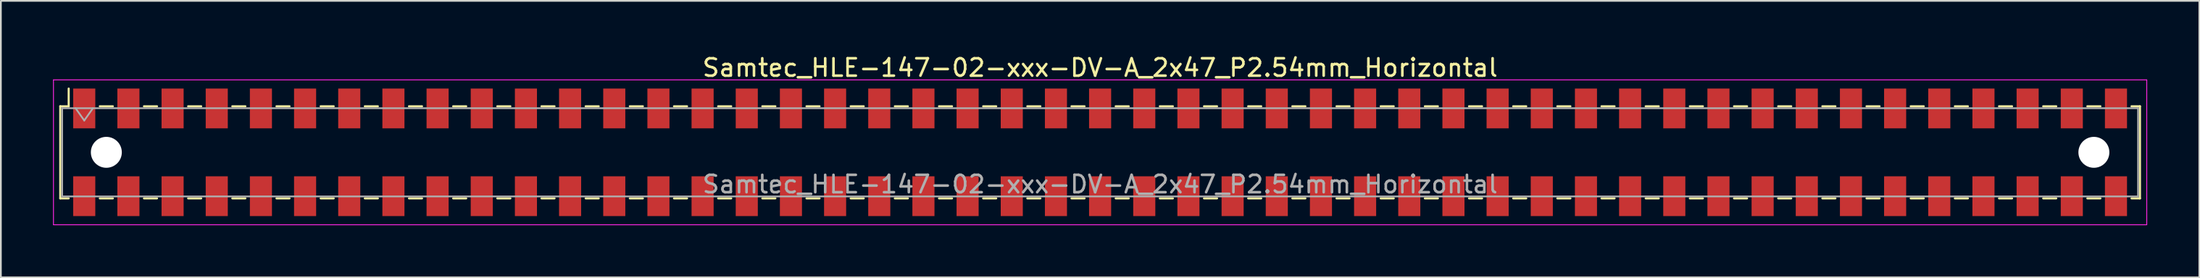
<source format=kicad_pcb>
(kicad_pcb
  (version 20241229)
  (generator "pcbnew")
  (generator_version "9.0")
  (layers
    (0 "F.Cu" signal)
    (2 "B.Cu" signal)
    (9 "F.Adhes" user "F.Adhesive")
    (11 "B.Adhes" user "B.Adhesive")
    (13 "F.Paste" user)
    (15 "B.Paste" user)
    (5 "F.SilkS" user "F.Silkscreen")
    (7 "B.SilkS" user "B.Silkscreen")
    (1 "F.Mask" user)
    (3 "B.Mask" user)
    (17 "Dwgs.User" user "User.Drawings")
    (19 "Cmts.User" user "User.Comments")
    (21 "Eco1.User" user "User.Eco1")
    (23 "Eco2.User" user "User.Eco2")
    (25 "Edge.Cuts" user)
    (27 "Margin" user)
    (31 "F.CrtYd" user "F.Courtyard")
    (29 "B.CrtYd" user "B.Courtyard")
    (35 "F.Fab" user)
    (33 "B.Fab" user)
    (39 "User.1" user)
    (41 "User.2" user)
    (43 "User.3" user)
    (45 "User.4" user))
  (footprint "Samtec_HLE-147-02-xxx-DV-A_2x47_P2.54mm_Horizontal"
    (layer "F.Cu")
    (at 60.215 5.718)
    (property "Reference" "Samtec_HLE-147-02-xxx-DV-A_2x47_P2.54mm_Horizontal" (at 0 -4.87 0) (layer "F.SilkS") (effects (font (size 1 1) (thickness 0.15))))
    (attr smd)
    (fp_line (start -59.8 -2.65) (end -59.8 2.65) (stroke (width 0.12) (type solid)) (layer "F.SilkS"))
    (fp_line (start -59.8 2.65) (end -59.315 2.65) (stroke (width 0.12) (type solid)) (layer "F.SilkS"))
    (fp_line (start -59.315 -3.67) (end -59.315 -2.65) (stroke (width 0.12) (type solid)) (layer "F.SilkS"))
    (fp_line (start -59.315 -2.65) (end -59.8 -2.65) (stroke (width 0.12) (type solid)) (layer "F.SilkS"))
    (fp_line (start -57.525 -2.65) (end -56.775 -2.65) (stroke (width 0.12) (type solid)) (layer "F.SilkS"))
    (fp_line (start -57.525 2.65) (end -56.775 2.65) (stroke (width 0.12) (type solid)) (layer "F.SilkS"))
    (fp_line (start -54.985 -2.65) (end -54.235 -2.65) (stroke (width 0.12) (type solid)) (layer "F.SilkS"))
    (fp_line (start -54.985 2.65) (end -54.235 2.65) (stroke (width 0.12) (type solid)) (layer "F.SilkS"))
    (fp_line (start -52.445 -2.65) (end -51.695 -2.65) (stroke (width 0.12) (type solid)) (layer "F.SilkS"))
    (fp_line (start -52.445 2.65) (end -51.695 2.65) (stroke (width 0.12) (type solid)) (layer "F.SilkS"))
    (fp_line (start -49.905 -2.65) (end -49.155 -2.65) (stroke (width 0.12) (type solid)) (layer "F.SilkS"))
    (fp_line (start -49.905 2.65) (end -49.155 2.65) (stroke (width 0.12) (type solid)) (layer "F.SilkS"))
    (fp_line (start -47.365 -2.65) (end -46.615 -2.65) (stroke (width 0.12) (type solid)) (layer "F.SilkS"))
    (fp_line (start -47.365 2.65) (end -46.615 2.65) (stroke (width 0.12) (type solid)) (layer "F.SilkS"))
    (fp_line (start -44.825 -2.65) (end -44.075 -2.65) (stroke (width 0.12) (type solid)) (layer "F.SilkS"))
    (fp_line (start -44.825 2.65) (end -44.075 2.65) (stroke (width 0.12) (type solid)) (layer "F.SilkS"))
    (fp_line (start -42.285 -2.65) (end -41.535 -2.65) (stroke (width 0.12) (type solid)) (layer "F.SilkS"))
    (fp_line (start -42.285 2.65) (end -41.535 2.65) (stroke (width 0.12) (type solid)) (layer "F.SilkS"))
    (fp_line (start -39.745 -2.65) (end -38.995 -2.65) (stroke (width 0.12) (type solid)) (layer "F.SilkS"))
    (fp_line (start -39.745 2.65) (end -38.995 2.65) (stroke (width 0.12) (type solid)) (layer "F.SilkS"))
    (fp_line (start -37.205 -2.65) (end -36.455 -2.65) (stroke (width 0.12) (type solid)) (layer "F.SilkS"))
    (fp_line (start -37.205 2.65) (end -36.455 2.65) (stroke (width 0.12) (type solid)) (layer "F.SilkS"))
    (fp_line (start -34.665 -2.65) (end -33.915 -2.65) (stroke (width 0.12) (type solid)) (layer "F.SilkS"))
    (fp_line (start -34.665 2.65) (end -33.915 2.65) (stroke (width 0.12) (type solid)) (layer "F.SilkS"))
    (fp_line (start -32.125 -2.65) (end -31.375 -2.65) (stroke (width 0.12) (type solid)) (layer "F.SilkS"))
    (fp_line (start -32.125 2.65) (end -31.375 2.65) (stroke (width 0.12) (type solid)) (layer "F.SilkS"))
    (fp_line (start -29.585 -2.65) (end -28.835 -2.65) (stroke (width 0.12) (type solid)) (layer "F.SilkS"))
    (fp_line (start -29.585 2.65) (end -28.835 2.65) (stroke (width 0.12) (type solid)) (layer "F.SilkS"))
    (fp_line (start -27.045 -2.65) (end -26.295 -2.65) (stroke (width 0.12) (type solid)) (layer "F.SilkS"))
    (fp_line (start -27.045 2.65) (end -26.295 2.65) (stroke (width 0.12) (type solid)) (layer "F.SilkS"))
    (fp_line (start -24.505 -2.65) (end -23.755 -2.65) (stroke (width 0.12) (type solid)) (layer "F.SilkS"))
    (fp_line (start -24.505 2.65) (end -23.755 2.65) (stroke (width 0.12) (type solid)) (layer "F.SilkS"))
    (fp_line (start -21.965 -2.65) (end -21.215 -2.65) (stroke (width 0.12) (type solid)) (layer "F.SilkS"))
    (fp_line (start -21.965 2.65) (end -21.215 2.65) (stroke (width 0.12) (type solid)) (layer "F.SilkS"))
    (fp_line (start -19.425 -2.65) (end -18.675 -2.65) (stroke (width 0.12) (type solid)) (layer "F.SilkS"))
    (fp_line (start -19.425 2.65) (end -18.675 2.65) (stroke (width 0.12) (type solid)) (layer "F.SilkS"))
    (fp_line (start -16.885 -2.65) (end -16.135 -2.65) (stroke (width 0.12) (type solid)) (layer "F.SilkS"))
    (fp_line (start -16.885 2.65) (end -16.135 2.65) (stroke (width 0.12) (type solid)) (layer "F.SilkS"))
    (fp_line (start -14.345 -2.65) (end -13.595 -2.65) (stroke (width 0.12) (type solid)) (layer "F.SilkS"))
    (fp_line (start -14.345 2.65) (end -13.595 2.65) (stroke (width 0.12) (type solid)) (layer "F.SilkS"))
    (fp_line (start -11.805 -2.65) (end -11.055 -2.65) (stroke (width 0.12) (type solid)) (layer "F.SilkS"))
    (fp_line (start -11.805 2.65) (end -11.055 2.65) (stroke (width 0.12) (type solid)) (layer "F.SilkS"))
    (fp_line (start -9.265 -2.65) (end -8.515 -2.65) (stroke (width 0.12) (type solid)) (layer "F.SilkS"))
    (fp_line (start -9.265 2.65) (end -8.515 2.65) (stroke (width 0.12) (type solid)) (layer "F.SilkS"))
    (fp_line (start -6.725 -2.65) (end -5.975 -2.65) (stroke (width 0.12) (type solid)) (layer "F.SilkS"))
    (fp_line (start -6.725 2.65) (end -5.975 2.65) (stroke (width 0.12) (type solid)) (layer "F.SilkS"))
    (fp_line (start -4.185 -2.65) (end -3.435 -2.65) (stroke (width 0.12) (type solid)) (layer "F.SilkS"))
    (fp_line (start -4.185 2.65) (end -3.435 2.65) (stroke (width 0.12) (type solid)) (layer "F.SilkS"))
    (fp_line (start -1.645 -2.65) (end -0.895 -2.65) (stroke (width 0.12) (type solid)) (layer "F.SilkS"))
    (fp_line (start -1.645 2.65) (end -0.895 2.65) (stroke (width 0.12) (type solid)) (layer "F.SilkS"))
    (fp_line (start 0.895 -2.65) (end 1.645 -2.65) (stroke (width 0.12) (type solid)) (layer "F.SilkS"))
    (fp_line (start 0.895 2.65) (end 1.645 2.65) (stroke (width 0.12) (type solid)) (layer "F.SilkS"))
    (fp_line (start 3.435 -2.65) (end 4.185 -2.65) (stroke (width 0.12) (type solid)) (layer "F.SilkS"))
    (fp_line (start 3.435 2.65) (end 4.185 2.65) (stroke (width 0.12) (type solid)) (layer "F.SilkS"))
    (fp_line (start 5.975 -2.65) (end 6.725 -2.65) (stroke (width 0.12) (type solid)) (layer "F.SilkS"))
    (fp_line (start 5.975 2.65) (end 6.725 2.65) (stroke (width 0.12) (type solid)) (layer "F.SilkS"))
    (fp_line (start 8.515 -2.65) (end 9.265 -2.65) (stroke (width 0.12) (type solid)) (layer "F.SilkS"))
    (fp_line (start 8.515 2.65) (end 9.265 2.65) (stroke (width 0.12) (type solid)) (layer "F.SilkS"))
    (fp_line (start 11.055 -2.65) (end 11.805 -2.65) (stroke (width 0.12) (type solid)) (layer "F.SilkS"))
    (fp_line (start 11.055 2.65) (end 11.805 2.65) (stroke (width 0.12) (type solid)) (layer "F.SilkS"))
    (fp_line (start 13.595 -2.65) (end 14.345 -2.65) (stroke (width 0.12) (type solid)) (layer "F.SilkS"))
    (fp_line (start 13.595 2.65) (end 14.345 2.65) (stroke (width 0.12) (type solid)) (layer "F.SilkS"))
    (fp_line (start 16.135 -2.65) (end 16.885 -2.65) (stroke (width 0.12) (type solid)) (layer "F.SilkS"))
    (fp_line (start 16.135 2.65) (end 16.885 2.65) (stroke (width 0.12) (type solid)) (layer "F.SilkS"))
    (fp_line (start 18.675 -2.65) (end 19.425 -2.65) (stroke (width 0.12) (type solid)) (layer "F.SilkS"))
    (fp_line (start 18.675 2.65) (end 19.425 2.65) (stroke (width 0.12) (type solid)) (layer "F.SilkS"))
    (fp_line (start 21.215 -2.65) (end 21.965 -2.65) (stroke (width 0.12) (type solid)) (layer "F.SilkS"))
    (fp_line (start 21.215 2.65) (end 21.965 2.65) (stroke (width 0.12) (type solid)) (layer "F.SilkS"))
    (fp_line (start 23.755 -2.65) (end 24.505 -2.65) (stroke (width 0.12) (type solid)) (layer "F.SilkS"))
    (fp_line (start 23.755 2.65) (end 24.505 2.65) (stroke (width 0.12) (type solid)) (layer "F.SilkS"))
    (fp_line (start 26.295 -2.65) (end 27.045 -2.65) (stroke (width 0.12) (type solid)) (layer "F.SilkS"))
    (fp_line (start 26.295 2.65) (end 27.045 2.65) (stroke (width 0.12) (type solid)) (layer "F.SilkS"))
    (fp_line (start 28.835 -2.65) (end 29.585 -2.65) (stroke (width 0.12) (type solid)) (layer "F.SilkS"))
    (fp_line (start 28.835 2.65) (end 29.585 2.65) (stroke (width 0.12) (type solid)) (layer "F.SilkS"))
    (fp_line (start 31.375 -2.65) (end 32.125 -2.65) (stroke (width 0.12) (type solid)) (layer "F.SilkS"))
    (fp_line (start 31.375 2.65) (end 32.125 2.65) (stroke (width 0.12) (type solid)) (layer "F.SilkS"))
    (fp_line (start 33.915 -2.65) (end 34.665 -2.65) (stroke (width 0.12) (type solid)) (layer "F.SilkS"))
    (fp_line (start 33.915 2.65) (end 34.665 2.65) (stroke (width 0.12) (type solid)) (layer "F.SilkS"))
    (fp_line (start 36.455 -2.65) (end 37.205 -2.65) (stroke (width 0.12) (type solid)) (layer "F.SilkS"))
    (fp_line (start 36.455 2.65) (end 37.205 2.65) (stroke (width 0.12) (type solid)) (layer "F.SilkS"))
    (fp_line (start 38.995 -2.65) (end 39.745 -2.65) (stroke (width 0.12) (type solid)) (layer "F.SilkS"))
    (fp_line (start 38.995 2.65) (end 39.745 2.65) (stroke (width 0.12) (type solid)) (layer "F.SilkS"))
    (fp_line (start 41.535 -2.65) (end 42.285 -2.65) (stroke (width 0.12) (type solid)) (layer "F.SilkS"))
    (fp_line (start 41.535 2.65) (end 42.285 2.65) (stroke (width 0.12) (type solid)) (layer "F.SilkS"))
    (fp_line (start 44.075 -2.65) (end 44.825 -2.65) (stroke (width 0.12) (type solid)) (layer "F.SilkS"))
    (fp_line (start 44.075 2.65) (end 44.825 2.65) (stroke (width 0.12) (type solid)) (layer "F.SilkS"))
    (fp_line (start 46.615 -2.65) (end 47.365 -2.65) (stroke (width 0.12) (type solid)) (layer "F.SilkS"))
    (fp_line (start 46.615 2.65) (end 47.365 2.65) (stroke (width 0.12) (type solid)) (layer "F.SilkS"))
    (fp_line (start 49.155 -2.65) (end 49.905 -2.65) (stroke (width 0.12) (type solid)) (layer "F.SilkS"))
    (fp_line (start 49.155 2.65) (end 49.905 2.65) (stroke (width 0.12) (type solid)) (layer "F.SilkS"))
    (fp_line (start 51.695 -2.65) (end 52.445 -2.65) (stroke (width 0.12) (type solid)) (layer "F.SilkS"))
    (fp_line (start 51.695 2.65) (end 52.445 2.65) (stroke (width 0.12) (type solid)) (layer "F.SilkS"))
    (fp_line (start 54.235 -2.65) (end 54.985 -2.65) (stroke (width 0.12) (type solid)) (layer "F.SilkS"))
    (fp_line (start 54.235 2.65) (end 54.985 2.65) (stroke (width 0.12) (type solid)) (layer "F.SilkS"))
    (fp_line (start 56.775 -2.65) (end 57.525 -2.65) (stroke (width 0.12) (type solid)) (layer "F.SilkS"))
    (fp_line (start 56.775 2.65) (end 57.525 2.65) (stroke (width 0.12) (type solid)) (layer "F.SilkS"))
    (fp_line (start 59.315 -2.65) (end 59.8 -2.65) (stroke (width 0.12) (type solid)) (layer "F.SilkS"))
    (fp_line (start 59.8 -2.65) (end 59.8 2.65) (stroke (width 0.12) (type solid)) (layer "F.SilkS"))
    (fp_line (start 59.8 2.65) (end 59.315 2.65) (stroke (width 0.12) (type solid)) (layer "F.SilkS"))
    (fp_line (start -60.19 -4.17) (end 60.19 -4.17) (stroke (width 0.05) (type solid)) (layer "F.CrtYd"))
    (fp_line (start -60.19 4.17) (end -60.19 -4.17) (stroke (width 0.05) (type solid)) (layer "F.CrtYd"))
    (fp_line (start 60.19 -4.17) (end 60.19 4.17) (stroke (width 0.05) (type solid)) (layer "F.CrtYd"))
    (fp_line (start 60.19 4.17) (end -60.19 4.17) (stroke (width 0.05) (type solid)) (layer "F.CrtYd"))
    (fp_line (start -59.69 -2.54) (end 59.69 -2.54) (stroke (width 0.1) (type solid)) (layer "F.Fab"))
    (fp_line (start -59.69 2.54) (end -59.69 -2.54) (stroke (width 0.1) (type solid)) (layer "F.Fab"))
    (fp_line (start -58.92 -2.54) (end -58.42 -1.833) (stroke (width 0.1) (type solid)) (layer "F.Fab"))
    (fp_line (start -58.42 -1.833) (end -57.92 -2.54) (stroke (width 0.1) (type solid)) (layer "F.Fab"))
    (fp_line (start 59.69 -2.54) (end 59.69 2.54) (stroke (width 0.1) (type solid)) (layer "F.Fab"))
    (fp_line (start 59.69 2.54) (end -59.69 2.54) (stroke (width 0.1) (type solid)) (layer "F.Fab"))
    (fp_text user "${REFERENCE}" (at 0 1.84 0) (layer "F.Fab") (effects (font (size 1 1) (thickness 0.15))))
    (pad "" np_thru_hole circle (at -57.15 0) (size 1.78 1.78) (drill 1.78) (layers "*.Cu" "*.Mask"))
    (pad "" np_thru_hole circle (at 57.15 0) (size 1.78 1.78) (drill 1.78) (layers "*.Cu" "*.Mask"))
    (pad "1" smd rect (at -58.42 -2.525) (size 1.27 2.29) (layers "F.Cu" "F.Mask" "F.Paste"))
    (pad "2" smd rect (at -58.42 2.525) (size 1.27 2.29) (layers "F.Cu" "F.Mask" "F.Paste"))
    (pad "3" smd rect (at -55.88 -2.525) (size 1.27 2.29) (layers "F.Cu" "F.Mask" "F.Paste"))
    (pad "4" smd rect (at -55.88 2.525) (size 1.27 2.29) (layers "F.Cu" "F.Mask" "F.Paste"))
    (pad "5" smd rect (at -53.34 -2.525) (size 1.27 2.29) (layers "F.Cu" "F.Mask" "F.Paste"))
    (pad "6" smd rect (at -53.34 2.525) (size 1.27 2.29) (layers "F.Cu" "F.Mask" "F.Paste"))
    (pad "7" smd rect (at -50.8 -2.525) (size 1.27 2.29) (layers "F.Cu" "F.Mask" "F.Paste"))
    (pad "8" smd rect (at -50.8 2.525) (size 1.27 2.29) (layers "F.Cu" "F.Mask" "F.Paste"))
    (pad "9" smd rect (at -48.26 -2.525) (size 1.27 2.29) (layers "F.Cu" "F.Mask" "F.Paste"))
    (pad "10" smd rect (at -48.26 2.525) (size 1.27 2.29) (layers "F.Cu" "F.Mask" "F.Paste"))
    (pad "11" smd rect (at -45.72 -2.525) (size 1.27 2.29) (layers "F.Cu" "F.Mask" "F.Paste"))
    (pad "12" smd rect (at -45.72 2.525) (size 1.27 2.29) (layers "F.Cu" "F.Mask" "F.Paste"))
    (pad "13" smd rect (at -43.18 -2.525) (size 1.27 2.29) (layers "F.Cu" "F.Mask" "F.Paste"))
    (pad "14" smd rect (at -43.18 2.525) (size 1.27 2.29) (layers "F.Cu" "F.Mask" "F.Paste"))
    (pad "15" smd rect (at -40.64 -2.525) (size 1.27 2.29) (layers "F.Cu" "F.Mask" "F.Paste"))
    (pad "16" smd rect (at -40.64 2.525) (size 1.27 2.29) (layers "F.Cu" "F.Mask" "F.Paste"))
    (pad "17" smd rect (at -38.1 -2.525) (size 1.27 2.29) (layers "F.Cu" "F.Mask" "F.Paste"))
    (pad "18" smd rect (at -38.1 2.525) (size 1.27 2.29) (layers "F.Cu" "F.Mask" "F.Paste"))
    (pad "19" smd rect (at -35.56 -2.525) (size 1.27 2.29) (layers "F.Cu" "F.Mask" "F.Paste"))
    (pad "20" smd rect (at -35.56 2.525) (size 1.27 2.29) (layers "F.Cu" "F.Mask" "F.Paste"))
    (pad "21" smd rect (at -33.02 -2.525) (size 1.27 2.29) (layers "F.Cu" "F.Mask" "F.Paste"))
    (pad "22" smd rect (at -33.02 2.525) (size 1.27 2.29) (layers "F.Cu" "F.Mask" "F.Paste"))
    (pad "23" smd rect (at -30.48 -2.525) (size 1.27 2.29) (layers "F.Cu" "F.Mask" "F.Paste"))
    (pad "24" smd rect (at -30.48 2.525) (size 1.27 2.29) (layers "F.Cu" "F.Mask" "F.Paste"))
    (pad "25" smd rect (at -27.94 -2.525) (size 1.27 2.29) (layers "F.Cu" "F.Mask" "F.Paste"))
    (pad "26" smd rect (at -27.94 2.525) (size 1.27 2.29) (layers "F.Cu" "F.Mask" "F.Paste"))
    (pad "27" smd rect (at -25.4 -2.525) (size 1.27 2.29) (layers "F.Cu" "F.Mask" "F.Paste"))
    (pad "28" smd rect (at -25.4 2.525) (size 1.27 2.29) (layers "F.Cu" "F.Mask" "F.Paste"))
    (pad "29" smd rect (at -22.86 -2.525) (size 1.27 2.29) (layers "F.Cu" "F.Mask" "F.Paste"))
    (pad "30" smd rect (at -22.86 2.525) (size 1.27 2.29) (layers "F.Cu" "F.Mask" "F.Paste"))
    (pad "31" smd rect (at -20.32 -2.525) (size 1.27 2.29) (layers "F.Cu" "F.Mask" "F.Paste"))
    (pad "32" smd rect (at -20.32 2.525) (size 1.27 2.29) (layers "F.Cu" "F.Mask" "F.Paste"))
    (pad "33" smd rect (at -17.78 -2.525) (size 1.27 2.29) (layers "F.Cu" "F.Mask" "F.Paste"))
    (pad "34" smd rect (at -17.78 2.525) (size 1.27 2.29) (layers "F.Cu" "F.Mask" "F.Paste"))
    (pad "35" smd rect (at -15.24 -2.525) (size 1.27 2.29) (layers "F.Cu" "F.Mask" "F.Paste"))
    (pad "36" smd rect (at -15.24 2.525) (size 1.27 2.29) (layers "F.Cu" "F.Mask" "F.Paste"))
    (pad "37" smd rect (at -12.7 -2.525) (size 1.27 2.29) (layers "F.Cu" "F.Mask" "F.Paste"))
    (pad "38" smd rect (at -12.7 2.525) (size 1.27 2.29) (layers "F.Cu" "F.Mask" "F.Paste"))
    (pad "39" smd rect (at -10.16 -2.525) (size 1.27 2.29) (layers "F.Cu" "F.Mask" "F.Paste"))
    (pad "40" smd rect (at -10.16 2.525) (size 1.27 2.29) (layers "F.Cu" "F.Mask" "F.Paste"))
    (pad "41" smd rect (at -7.62 -2.525) (size 1.27 2.29) (layers "F.Cu" "F.Mask" "F.Paste"))
    (pad "42" smd rect (at -7.62 2.525) (size 1.27 2.29) (layers "F.Cu" "F.Mask" "F.Paste"))
    (pad "43" smd rect (at -5.08 -2.525) (size 1.27 2.29) (layers "F.Cu" "F.Mask" "F.Paste"))
    (pad "44" smd rect (at -5.08 2.525) (size 1.27 2.29) (layers "F.Cu" "F.Mask" "F.Paste"))
    (pad "45" smd rect (at -2.54 -2.525) (size 1.27 2.29) (layers "F.Cu" "F.Mask" "F.Paste"))
    (pad "46" smd rect (at -2.54 2.525) (size 1.27 2.29) (layers "F.Cu" "F.Mask" "F.Paste"))
    (pad "47" smd rect (at 0 -2.525) (size 1.27 2.29) (layers "F.Cu" "F.Mask" "F.Paste"))
    (pad "48" smd rect (at 0 2.525) (size 1.27 2.29) (layers "F.Cu" "F.Mask" "F.Paste"))
    (pad "49" smd rect (at 2.54 -2.525) (size 1.27 2.29) (layers "F.Cu" "F.Mask" "F.Paste"))
    (pad "50" smd rect (at 2.54 2.525) (size 1.27 2.29) (layers "F.Cu" "F.Mask" "F.Paste"))
    (pad "51" smd rect (at 5.08 -2.525) (size 1.27 2.29) (layers "F.Cu" "F.Mask" "F.Paste"))
    (pad "52" smd rect (at 5.08 2.525) (size 1.27 2.29) (layers "F.Cu" "F.Mask" "F.Paste"))
    (pad "53" smd rect (at 7.62 -2.525) (size 1.27 2.29) (layers "F.Cu" "F.Mask" "F.Paste"))
    (pad "54" smd rect (at 7.62 2.525) (size 1.27 2.29) (layers "F.Cu" "F.Mask" "F.Paste"))
    (pad "55" smd rect (at 10.16 -2.525) (size 1.27 2.29) (layers "F.Cu" "F.Mask" "F.Paste"))
    (pad "56" smd rect (at 10.16 2.525) (size 1.27 2.29) (layers "F.Cu" "F.Mask" "F.Paste"))
    (pad "57" smd rect (at 12.7 -2.525) (size 1.27 2.29) (layers "F.Cu" "F.Mask" "F.Paste"))
    (pad "58" smd rect (at 12.7 2.525) (size 1.27 2.29) (layers "F.Cu" "F.Mask" "F.Paste"))
    (pad "59" smd rect (at 15.24 -2.525) (size 1.27 2.29) (layers "F.Cu" "F.Mask" "F.Paste"))
    (pad "60" smd rect (at 15.24 2.525) (size 1.27 2.29) (layers "F.Cu" "F.Mask" "F.Paste"))
    (pad "61" smd rect (at 17.78 -2.525) (size 1.27 2.29) (layers "F.Cu" "F.Mask" "F.Paste"))
    (pad "62" smd rect (at 17.78 2.525) (size 1.27 2.29) (layers "F.Cu" "F.Mask" "F.Paste"))
    (pad "63" smd rect (at 20.32 -2.525) (size 1.27 2.29) (layers "F.Cu" "F.Mask" "F.Paste"))
    (pad "64" smd rect (at 20.32 2.525) (size 1.27 2.29) (layers "F.Cu" "F.Mask" "F.Paste"))
    (pad "65" smd rect (at 22.86 -2.525) (size 1.27 2.29) (layers "F.Cu" "F.Mask" "F.Paste"))
    (pad "66" smd rect (at 22.86 2.525) (size 1.27 2.29) (layers "F.Cu" "F.Mask" "F.Paste"))
    (pad "67" smd rect (at 25.4 -2.525) (size 1.27 2.29) (layers "F.Cu" "F.Mask" "F.Paste"))
    (pad "68" smd rect (at 25.4 2.525) (size 1.27 2.29) (layers "F.Cu" "F.Mask" "F.Paste"))
    (pad "69" smd rect (at 27.94 -2.525) (size 1.27 2.29) (layers "F.Cu" "F.Mask" "F.Paste"))
    (pad "70" smd rect (at 27.94 2.525) (size 1.27 2.29) (layers "F.Cu" "F.Mask" "F.Paste"))
    (pad "71" smd rect (at 30.48 -2.525) (size 1.27 2.29) (layers "F.Cu" "F.Mask" "F.Paste"))
    (pad "72" smd rect (at 30.48 2.525) (size 1.27 2.29) (layers "F.Cu" "F.Mask" "F.Paste"))
    (pad "73" smd rect (at 33.02 -2.525) (size 1.27 2.29) (layers "F.Cu" "F.Mask" "F.Paste"))
    (pad "74" smd rect (at 33.02 2.525) (size 1.27 2.29) (layers "F.Cu" "F.Mask" "F.Paste"))
    (pad "75" smd rect (at 35.56 -2.525) (size 1.27 2.29) (layers "F.Cu" "F.Mask" "F.Paste"))
    (pad "76" smd rect (at 35.56 2.525) (size 1.27 2.29) (layers "F.Cu" "F.Mask" "F.Paste"))
    (pad "77" smd rect (at 38.1 -2.525) (size 1.27 2.29) (layers "F.Cu" "F.Mask" "F.Paste"))
    (pad "78" smd rect (at 38.1 2.525) (size 1.27 2.29) (layers "F.Cu" "F.Mask" "F.Paste"))
    (pad "79" smd rect (at 40.64 -2.525) (size 1.27 2.29) (layers "F.Cu" "F.Mask" "F.Paste"))
    (pad "80" smd rect (at 40.64 2.525) (size 1.27 2.29) (layers "F.Cu" "F.Mask" "F.Paste"))
    (pad "81" smd rect (at 43.18 -2.525) (size 1.27 2.29) (layers "F.Cu" "F.Mask" "F.Paste"))
    (pad "82" smd rect (at 43.18 2.525) (size 1.27 2.29) (layers "F.Cu" "F.Mask" "F.Paste"))
    (pad "83" smd rect (at 45.72 -2.525) (size 1.27 2.29) (layers "F.Cu" "F.Mask" "F.Paste"))
    (pad "84" smd rect (at 45.72 2.525) (size 1.27 2.29) (layers "F.Cu" "F.Mask" "F.Paste"))
    (pad "85" smd rect (at 48.26 -2.525) (size 1.27 2.29) (layers "F.Cu" "F.Mask" "F.Paste"))
    (pad "86" smd rect (at 48.26 2.525) (size 1.27 2.29) (layers "F.Cu" "F.Mask" "F.Paste"))
    (pad "87" smd rect (at 50.8 -2.525) (size 1.27 2.29) (layers "F.Cu" "F.Mask" "F.Paste"))
    (pad "88" smd rect (at 50.8 2.525) (size 1.27 2.29) (layers "F.Cu" "F.Mask" "F.Paste"))
    (pad "89" smd rect (at 53.34 -2.525) (size 1.27 2.29) (layers "F.Cu" "F.Mask" "F.Paste"))
    (pad "90" smd rect (at 53.34 2.525) (size 1.27 2.29) (layers "F.Cu" "F.Mask" "F.Paste"))
    (pad "91" smd rect (at 55.88 -2.525) (size 1.27 2.29) (layers "F.Cu" "F.Mask" "F.Paste"))
    (pad "92" smd rect (at 55.88 2.525) (size 1.27 2.29) (layers "F.Cu" "F.Mask" "F.Paste"))
    (pad "93" smd rect (at 58.42 -2.525) (size 1.27 2.29) (layers "F.Cu" "F.Mask" "F.Paste"))
    (pad "94" smd rect (at 58.42 2.525) (size 1.27 2.29) (layers "F.Cu" "F.Mask" "F.Paste")))
  (gr_rect
    (start -3 -3)
    (end 123.43 12.913)
    (stroke (width 0.1) (type default))
    (fill no)
    (layer "Edge.Cuts")))
</source>
